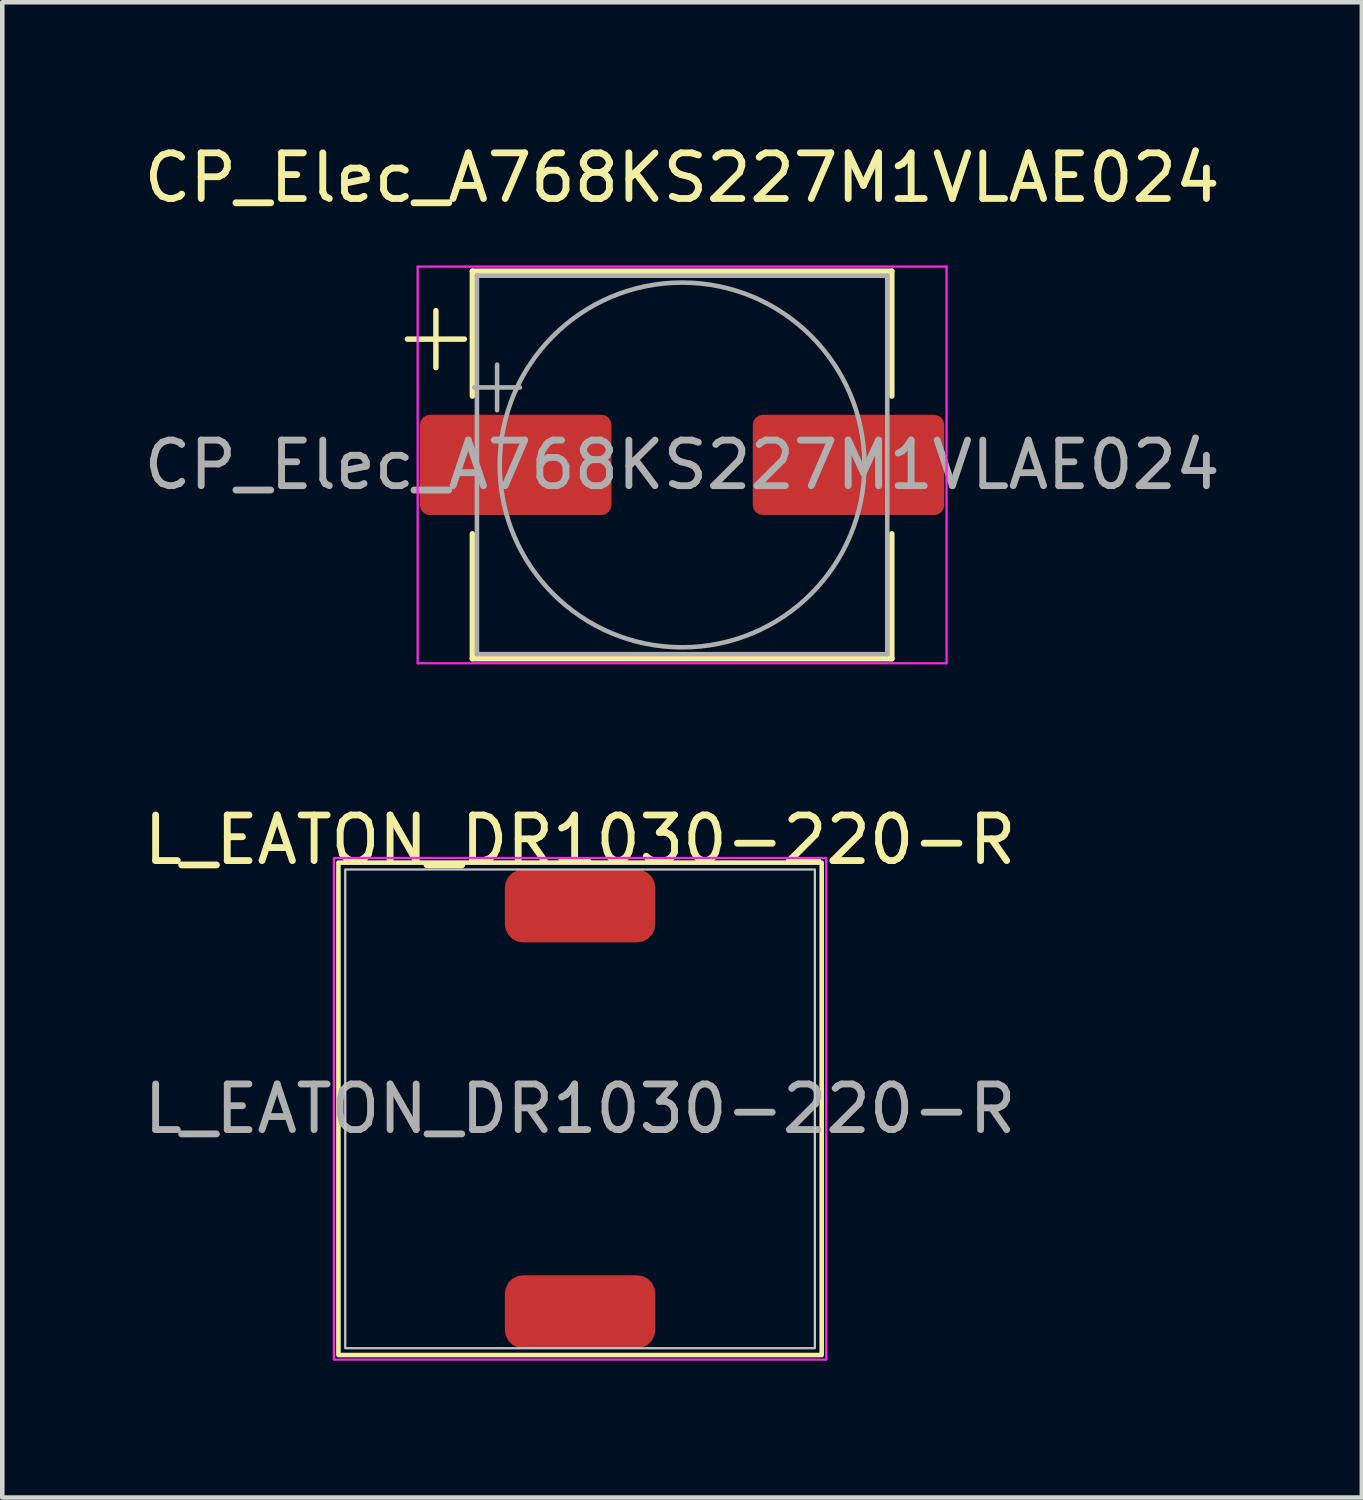
<source format=kicad_pcb>
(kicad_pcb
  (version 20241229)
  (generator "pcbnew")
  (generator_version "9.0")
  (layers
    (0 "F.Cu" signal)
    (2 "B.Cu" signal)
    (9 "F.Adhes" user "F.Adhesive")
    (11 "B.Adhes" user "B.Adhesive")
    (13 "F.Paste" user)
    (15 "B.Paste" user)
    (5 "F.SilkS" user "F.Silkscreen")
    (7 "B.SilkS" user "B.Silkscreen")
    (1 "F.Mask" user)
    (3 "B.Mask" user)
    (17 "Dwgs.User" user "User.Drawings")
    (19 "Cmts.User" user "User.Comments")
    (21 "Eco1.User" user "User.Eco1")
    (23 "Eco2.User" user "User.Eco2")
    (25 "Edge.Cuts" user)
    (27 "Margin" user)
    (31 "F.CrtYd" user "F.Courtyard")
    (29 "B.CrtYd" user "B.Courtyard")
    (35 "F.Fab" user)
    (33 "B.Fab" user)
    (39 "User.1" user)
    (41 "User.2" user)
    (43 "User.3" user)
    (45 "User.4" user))
  (footprint "CP_Elec_A768KS227M1VLAE024"
    (layer "F.Cu")
    (at 11.911 7.148)
    (property "Reference" "CP_Elec_A768KS227M1VLAE024" (at 0 -6.3 0) (layer "F.SilkS") (effects (font (size 1 1) (thickness 0.15))))
    (attr smd)
    (fp_line (start -6.025 -2.76) (end -4.775 -2.76) (stroke (width 0.12) (type solid)) (layer "F.SilkS"))
    (fp_line (start -5.4 -3.385) (end -5.4 -2.135) (stroke (width 0.12) (type solid)) (layer "F.SilkS"))
    (fp_line (start -4.6 -4.25) (end -4.6 -1.51) (stroke (width 0.12) (type solid)) (layer "F.SilkS"))
    (fp_line (start -4.6 -4.25) (end 4.6 -4.25) (stroke (width 0.12) (type solid)) (layer "F.SilkS"))
    (fp_line (start -4.6 4.25) (end -4.6 1.51) (stroke (width 0.12) (type solid)) (layer "F.SilkS"))
    (fp_line (start -4.6 4.25) (end 4.6 4.25) (stroke (width 0.12) (type solid)) (layer "F.SilkS"))
    (fp_line (start 4.6 -4.25) (end 4.6 -1.51) (stroke (width 0.12) (type solid)) (layer "F.SilkS"))
    (fp_line (start 4.6 4.25) (end 4.6 1.51) (stroke (width 0.12) (type solid)) (layer "F.SilkS"))
    (fp_line (start -5.8 -4.35) (end -5.8 4.35) (stroke (width 0.05) (type solid)) (layer "F.CrtYd"))
    (fp_line (start -5.8 -4.35) (end 5.8 -4.35) (stroke (width 0.05) (type solid)) (layer "F.CrtYd"))
    (fp_line (start -5.8 4.35) (end 5.8 4.35) (stroke (width 0.05) (type solid)) (layer "F.CrtYd"))
    (fp_line (start 5.8 -4.35) (end 5.8 4.35) (stroke (width 0.05) (type solid)) (layer "F.CrtYd"))
    (fp_line (start -4.558 -1.7) (end -3.558 -1.7) (stroke (width 0.1) (type solid)) (layer "F.Fab"))
    (fp_line (start -4.5 -4.15) (end -4.5 4.15) (stroke (width 0.1) (type solid)) (layer "F.Fab"))
    (fp_line (start -4.5 -4.15) (end 4.5 -4.15) (stroke (width 0.1) (type solid)) (layer "F.Fab"))
    (fp_line (start -4.5 4.15) (end 4.5 4.15) (stroke (width 0.1) (type solid)) (layer "F.Fab"))
    (fp_line (start -4.058 -2.2) (end -4.058 -1.2) (stroke (width 0.1) (type solid)) (layer "F.Fab"))
    (fp_line (start 4.5 -4.15) (end 4.5 4.15) (stroke (width 0.1) (type solid)) (layer "F.Fab"))
    (fp_circle (center 0 0) (end 4 0) (stroke (width 0.1) (type solid)) (fill no) (layer "F.Fab"))
    (fp_text user "${REFERENCE}" (at 0 0 0) (layer "F.Fab") (effects (font (size 1 1) (thickness 0.15))))
    (pad "1" smd roundrect (at -3.65 0) (size 4.2 2.2) (layers "F.Cu" "F.Mask" "F.Paste") (roundrect_rratio 0.1))
    (pad "2" smd roundrect (at 3.65 0) (size 4.2 2.2) (layers "F.Cu" "F.Mask" "F.Paste") (roundrect_rratio 0.1)))
  (footprint "L_EATON_DR1030-220-R"
    (layer "F.Cu")
    (at 9.673 21.271)
    (property "Reference" "L_EATON_DR1030-220-R" (at 0 -5.9 0) (layer "F.SilkS") (effects (font (size 1 1) (thickness 0.15))))
    (attr smd)
    (fp_rect (start -5.3 -5.4) (end 5.3 5.4) (stroke (width 0.1) (type default)) (fill no) (layer "F.SilkS"))
    (fp_rect (start -5.15 -5.25) (end 5.15 5.25) (stroke (width 0.05) (type default)) (fill no) (layer "Dwgs.User"))
    (fp_rect (start -5.4 -5.5) (end 5.4 5.5) (stroke (width 0.05) (type default)) (fill no) (layer "F.CrtYd"))
    (fp_text user "${REFERENCE}" (at 0 0 0) (layer "F.Fab") (effects (font (size 1 1) (thickness 0.15))))
    (pad "1" smd roundrect (at 0 -4.45) (size 3.3 1.6) (layers "F.Cu" "F.Mask" "F.Paste") (roundrect_rratio 0.25))
    (pad "2" smd roundrect (at 0 4.45) (size 3.3 1.6) (layers "F.Cu" "F.Mask" "F.Paste") (roundrect_rratio 0.25)))
  (gr_rect
    (start -3 -3)
    (end 26.821 29.797)
    (stroke (width 0.1) (type default))
    (fill no)
    (layer "Edge.Cuts")))
</source>
